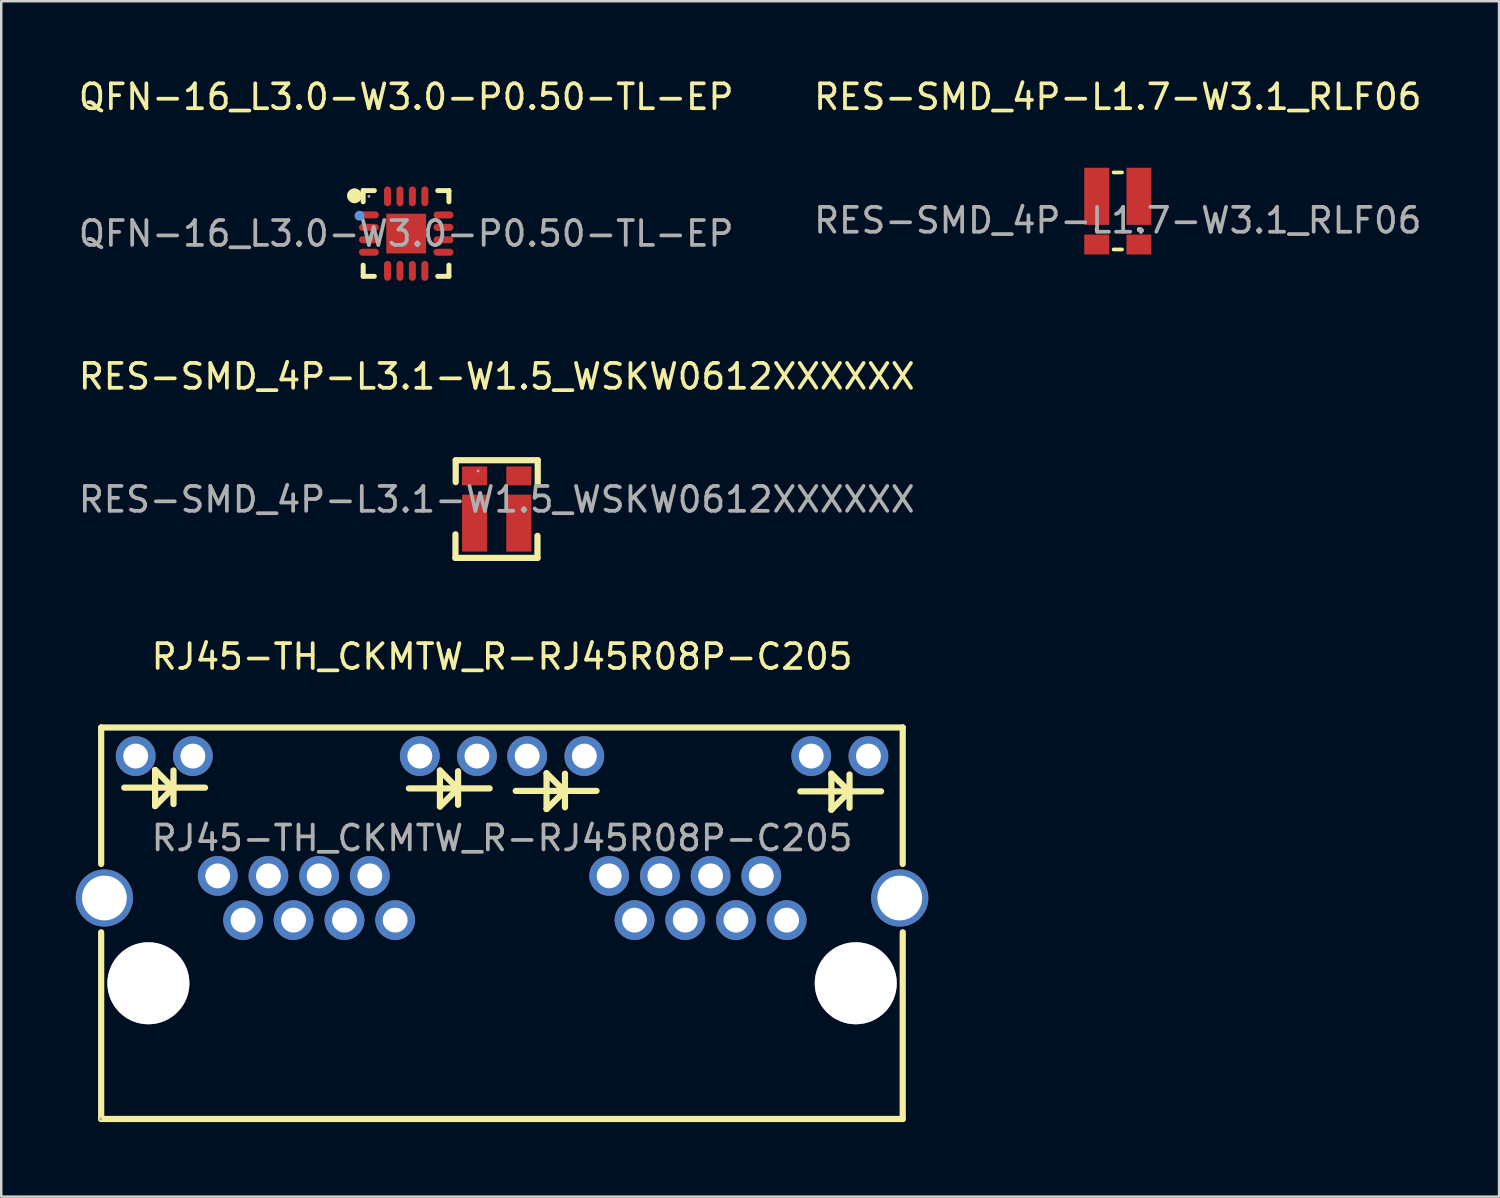
<source format=kicad_pcb>
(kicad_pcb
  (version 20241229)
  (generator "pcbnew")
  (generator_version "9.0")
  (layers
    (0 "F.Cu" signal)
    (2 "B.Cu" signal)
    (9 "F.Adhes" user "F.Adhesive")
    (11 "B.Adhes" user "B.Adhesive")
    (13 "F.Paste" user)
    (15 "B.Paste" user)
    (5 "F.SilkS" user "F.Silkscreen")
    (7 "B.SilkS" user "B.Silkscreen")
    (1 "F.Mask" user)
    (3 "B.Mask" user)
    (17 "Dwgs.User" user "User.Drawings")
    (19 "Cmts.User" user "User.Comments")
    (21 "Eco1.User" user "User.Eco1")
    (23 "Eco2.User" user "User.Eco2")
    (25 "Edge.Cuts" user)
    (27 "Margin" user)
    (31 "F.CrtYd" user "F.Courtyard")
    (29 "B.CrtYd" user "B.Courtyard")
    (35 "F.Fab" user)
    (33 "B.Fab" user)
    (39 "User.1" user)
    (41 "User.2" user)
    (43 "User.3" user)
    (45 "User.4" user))
  (footprint "RES-SMD_4P-L1.7-W3.1_RLF06"
    (layer "F.Cu")
    (at 41.923 5.818)
    (property "Reference" "RES-SMD_4P-L1.7-W3.1_RLF06" (at 0 -4.97 0) (layer "F.SilkS") (effects (font (size 1 1) (thickness 0.15))))
    (attr through_hole)
    (fp_line (start -0.85 0.35) (end -0.85 0.39) (stroke (width 0.15) (type solid)) (layer "F.SilkS"))
    (fp_line (start -0.17 -1.93) (end 0.17 -1.93) (stroke (width 0.15) (type solid)) (layer "F.SilkS"))
    (fp_line (start -0.17 1.17) (end 0.17 1.17) (stroke (width 0.15) (type solid)) (layer "F.SilkS"))
    (fp_line (start 0.85 0.35) (end 0.85 0.39) (stroke (width 0.15) (type solid)) (layer "F.SilkS"))
    (fp_text user "${REFERENCE}" (at 0 0 0) (layer "F.Fab") (effects (font (size 1 1) (thickness 0.15))))
    (pad "1" smd rect (at -0.85 0.97) (size 1 0.8) (layers "F.Cu" "F.Mask" "F.Paste"))
    (pad "2" smd rect (at -0.85 -0.97) (size 1 2.3) (layers "F.Cu" "F.Mask" "F.Paste"))
    (pad "3" smd rect (at 0.85 -0.97) (size 1 2.3) (layers "F.Cu" "F.Mask" "F.Paste"))
    (pad "4" smd rect (at 0.85 0.97) (size 1 0.8) (layers "F.Cu" "F.Mask" "F.Paste")))
  (footprint "QFN-16_L3.0-W3.0-P0.50-TL-EP"
    (layer "F.Cu")
    (at 13.292 6.348)
    (property "Reference" "QFN-16_L3.0-W3.0-P0.50-TL-EP" (at 0 -5.5 0) (layer "F.SilkS") (effects (font (size 1 1) (thickness 0.15))))
    (attr smd)
    (fp_line (start -1.73 -1.73) (end -1.28 -1.73) (stroke (width 0.2) (type solid)) (layer "F.SilkS"))
    (fp_line (start -1.73 -1.28) (end -1.73 -1.73) (stroke (width 0.2) (type solid)) (layer "F.SilkS"))
    (fp_line (start -1.73 1.72) (end -1.73 1.27) (stroke (width 0.2) (type solid)) (layer "F.SilkS"))
    (fp_line (start -1.28 1.72) (end -1.73 1.72) (stroke (width 0.2) (type solid)) (layer "F.SilkS"))
    (fp_line (start 1.27 -1.73) (end 1.72 -1.73) (stroke (width 0.2) (type solid)) (layer "F.SilkS"))
    (fp_line (start 1.27 1.72) (end 1.72 1.72) (stroke (width 0.2) (type solid)) (layer "F.SilkS"))
    (fp_line (start 1.72 -1.73) (end 1.72 -1.28) (stroke (width 0.2) (type solid)) (layer "F.SilkS"))
    (fp_line (start 1.72 1.72) (end 1.72 1.27) (stroke (width 0.2) (type solid)) (layer "F.SilkS"))
    (fp_arc (start -2.08 -1.52) (mid -2.08 -1.52) (end -2.08 -1.52) (stroke (width 0.3) (type solid)) (layer "F.SilkS"))
    (fp_circle (center -1.88 -0.72) (end -1.78 -0.72) (stroke (width 0.2) (type solid)) (fill no) (layer "Cmts.User"))
    (fp_circle (center -1.5 -1.5) (end -1.47 -1.5) (stroke (width 0.06) (type solid)) (fill no) (layer "F.Fab"))
    (fp_text user "${REFERENCE}" (at 0 0 0) (layer "F.Fab") (effects (font (size 1 1) (thickness 0.15))))
    (pad "1" smd oval (at -1.5 -0.75 90) (size 0.28 0.8) (layers "F.Cu" "F.Mask" "F.Paste"))
    (pad "2" smd oval (at -1.5 -0.25 90) (size 0.28 0.8) (layers "F.Cu" "F.Mask" "F.Paste"))
    (pad "3" smd oval (at -1.5 0.25 90) (size 0.28 0.8) (layers "F.Cu" "F.Mask" "F.Paste"))
    (pad "4" smd oval (at -1.5 0.75 90) (size 0.28 0.8) (layers "F.Cu" "F.Mask" "F.Paste"))
    (pad "5" smd oval (at -0.75 1.5) (size 0.28 0.8) (layers "F.Cu" "F.Mask" "F.Paste"))
    (pad "6" smd oval (at -0.25 1.5) (size 0.28 0.8) (layers "F.Cu" "F.Mask" "F.Paste"))
    (pad "7" smd oval (at 0.25 1.5) (size 0.28 0.8) (layers "F.Cu" "F.Mask" "F.Paste"))
    (pad "8" smd oval (at 0.75 1.5) (size 0.28 0.8) (layers "F.Cu" "F.Mask" "F.Paste"))
    (pad "9" smd oval (at 1.5 0.75 90) (size 0.28 0.8) (layers "F.Cu" "F.Mask" "F.Paste"))
    (pad "10" smd oval (at 1.5 0.25 90) (size 0.28 0.8) (layers "F.Cu" "F.Mask" "F.Paste"))
    (pad "11" smd oval (at 1.5 -0.25 90) (size 0.28 0.8) (layers "F.Cu" "F.Mask" "F.Paste"))
    (pad "12" smd oval (at 1.5 -0.75 90) (size 0.28 0.8) (layers "F.Cu" "F.Mask" "F.Paste"))
    (pad "13" smd oval (at 0.75 -1.5) (size 0.28 0.8) (layers "F.Cu" "F.Mask" "F.Paste"))
    (pad "14" smd oval (at 0.25 -1.5) (size 0.28 0.8) (layers "F.Cu" "F.Mask" "F.Paste"))
    (pad "15" smd oval (at -0.25 -1.5) (size 0.28 0.8) (layers "F.Cu" "F.Mask" "F.Paste"))
    (pad "16" smd oval (at -0.75 -1.5) (size 0.28 0.8) (layers "F.Cu" "F.Mask" "F.Paste"))
    (pad "17" smd rect (at 0 0) (size 1.6 1.6) (layers "F.Cu" "F.Mask" "F.Paste")))
  (footprint "RJ45-TH_CKMTW_R-RJ45R08P-C205"
    (layer "F.Cu")
    (at 17.15 30.67)
    (property "Reference" "RJ45-TH_CKMTW_R-RJ45R08P-C205" (at 0 -7.3 0) (layer "F.SilkS") (effects (font (size 1 1) (thickness 0.15))))
    (attr through_hole)
    (fp_line (start -16.13 -4.45) (end -16.13 1.04) (stroke (width 0.25) (type solid)) (layer "F.SilkS"))
    (fp_line (start -16.13 3.79) (end -16.13 11.3) (stroke (width 0.25) (type solid)) (layer "F.SilkS"))
    (fp_line (start -16.13 11.3) (end 16.12 11.3) (stroke (width 0.25) (type solid)) (layer "F.SilkS"))
    (fp_line (start -15.2 -2.03) (end -11.95 -2.03) (stroke (width 0.25) (type solid)) (layer "F.SilkS"))
    (fp_line (start -13.96 -2.74) (end -13.96 -1.29) (stroke (width 0.25) (type solid)) (layer "F.SilkS"))
    (fp_line (start -13.96 -1.29) (end -13.27 -1.98) (stroke (width 0.25) (type solid)) (layer "F.SilkS"))
    (fp_line (start -13.27 -1.98) (end -13.25 -1.98) (stroke (width 0.25) (type solid)) (layer "F.SilkS"))
    (fp_line (start -13.25 -2.03) (end -13.96 -2.74) (stroke (width 0.25) (type solid)) (layer "F.SilkS"))
    (fp_line (start -13.22 -2.72) (end -13.22 -1.37) (stroke (width 0.25) (type solid)) (layer "F.SilkS"))
    (fp_line (start -3.75 -2) (end -0.5 -2) (stroke (width 0.25) (type solid)) (layer "F.SilkS"))
    (fp_line (start -2.5 -2.72) (end -2.5 -1.27) (stroke (width 0.25) (type solid)) (layer "F.SilkS"))
    (fp_line (start -2.5 -1.27) (end -1.82 -1.95) (stroke (width 0.25) (type solid)) (layer "F.SilkS"))
    (fp_line (start -1.82 -1.95) (end -1.79 -1.95) (stroke (width 0.25) (type solid)) (layer "F.SilkS"))
    (fp_line (start -1.79 -2) (end -2.5 -2.72) (stroke (width 0.25) (type solid)) (layer "F.SilkS"))
    (fp_line (start -1.77 -2.69) (end -1.77 -1.34) (stroke (width 0.25) (type solid)) (layer "F.SilkS"))
    (fp_line (start 0.55 -1.9) (end 3.8 -1.9) (stroke (width 0.25) (type solid)) (layer "F.SilkS"))
    (fp_line (start 1.79 -2.61) (end 1.79 -1.17) (stroke (width 0.25) (type solid)) (layer "F.SilkS"))
    (fp_line (start 1.79 -1.17) (end 2.48 -1.85) (stroke (width 0.25) (type solid)) (layer "F.SilkS"))
    (fp_line (start 2.48 -1.85) (end 2.5 -1.85) (stroke (width 0.25) (type solid)) (layer "F.SilkS"))
    (fp_line (start 2.5 -1.9) (end 1.79 -2.61) (stroke (width 0.25) (type solid)) (layer "F.SilkS"))
    (fp_line (start 2.53 -2.59) (end 2.53 -1.24) (stroke (width 0.25) (type solid)) (layer "F.SilkS"))
    (fp_line (start 12 -1.88) (end 15.25 -1.88) (stroke (width 0.25) (type solid)) (layer "F.SilkS"))
    (fp_line (start 13.25 -2.59) (end 13.25 -1.14) (stroke (width 0.25) (type solid)) (layer "F.SilkS"))
    (fp_line (start 13.25 -1.14) (end 13.93 -1.83) (stroke (width 0.25) (type solid)) (layer "F.SilkS"))
    (fp_line (start 13.93 -1.83) (end 13.96 -1.83) (stroke (width 0.25) (type solid)) (layer "F.SilkS"))
    (fp_line (start 13.96 -1.88) (end 13.25 -2.59) (stroke (width 0.25) (type solid)) (layer "F.SilkS"))
    (fp_line (start 13.98 -2.56) (end 13.98 -1.22) (stroke (width 0.25) (type solid)) (layer "F.SilkS"))
    (fp_line (start 16.12 -4.45) (end -16.13 -4.45) (stroke (width 0.25) (type solid)) (layer "F.SilkS"))
    (fp_line (start 16.12 1.04) (end 16.12 -4.45) (stroke (width 0.25) (type solid)) (layer "F.SilkS"))
    (fp_line (start 16.12 11.3) (end 16.12 3.79) (stroke (width 0.25) (type solid)) (layer "F.SilkS"))
    (fp_circle (center -14.23 5.84) (end -13.48 5.84) (stroke (width 1.5) (type solid)) (fill no) (layer "Cmts.User"))
    (fp_circle (center 14.23 5.84) (end 14.98 5.84) (stroke (width 1.5) (type solid)) (fill no) (layer "Cmts.User"))
    (fp_circle (center -16.15 11.3) (end -16.12 11.3) (stroke (width 0.06) (type solid)) (fill no) (layer "F.Fab"))
    (fp_text user "${REFERENCE}" (at 0 0 0) (layer "F.Fab") (effects (font (size 1 1) (thickness 0.15))))
    (pad "" thru_hole circle (at -14.23 5.84) (size 3.3 3.3) (drill 3.3) (layers "*.Cu" "*.Mask"))
    (pad "" thru_hole circle (at 14.23 5.84) (size 3.3 3.3) (drill 3.3) (layers "*.Cu" "*.Mask"))
    (pad "1" thru_hole circle (at -4.3 3.3) (size 1.6 1.6) (drill 1) (layers "*.Cu" "*.Mask"))
    (pad "2" thru_hole circle (at -5.32 1.52) (size 1.6 1.6) (drill 1) (layers "*.Cu" "*.Mask"))
    (pad "3" thru_hole circle (at -6.34 3.3) (size 1.6 1.6) (drill 1) (layers "*.Cu" "*.Mask"))
    (pad "4" thru_hole circle (at -7.36 1.52) (size 1.6 1.6) (drill 1) (layers "*.Cu" "*.Mask"))
    (pad "5" thru_hole circle (at -8.39 3.3) (size 1.6 1.6) (drill 1) (layers "*.Cu" "*.Mask"))
    (pad "6" thru_hole circle (at -9.4 1.52) (size 1.6 1.6) (drill 1) (layers "*.Cu" "*.Mask"))
    (pad "7" thru_hole circle (at -10.42 3.3) (size 1.6 1.6) (drill 1) (layers "*.Cu" "*.Mask"))
    (pad "8" thru_hole circle (at -11.44 1.52) (size 1.6 1.6) (drill 1) (layers "*.Cu" "*.Mask"))
    (pad "9" thru_hole circle (at 11.45 3.3) (size 1.6 1.6) (drill 1) (layers "*.Cu" "*.Mask"))
    (pad "10" thru_hole circle (at 10.43 1.52) (size 1.6 1.6) (drill 1) (layers "*.Cu" "*.Mask"))
    (pad "11" thru_hole circle (at 9.41 3.3) (size 1.6 1.6) (drill 1) (layers "*.Cu" "*.Mask"))
    (pad "12" thru_hole circle (at 8.39 1.52) (size 1.6 1.6) (drill 1) (layers "*.Cu" "*.Mask"))
    (pad "13" thru_hole circle (at 7.37 3.3) (size 1.6 1.6) (drill 1) (layers "*.Cu" "*.Mask"))
    (pad "14" thru_hole circle (at 6.35 1.52) (size 1.6 1.6) (drill 1) (layers "*.Cu" "*.Mask"))
    (pad "15" thru_hole circle (at 5.33 3.3) (size 1.6 1.6) (drill 1) (layers "*.Cu" "*.Mask"))
    (pad "16" thru_hole circle (at 4.31 1.52) (size 1.6 1.6) (drill 1) (layers "*.Cu" "*.Mask"))
    (pad "17" thru_hole circle (at 14.74 -3.3) (size 1.6 1.6) (drill 1) (layers "*.Cu" "*.Mask"))
    (pad "18" thru_hole circle (at 12.44 -3.3) (size 1.6 1.6) (drill 1) (layers "*.Cu" "*.Mask"))
    (pad "19" thru_hole circle (at 3.31 -3.3) (size 1.6 1.6) (drill 1) (layers "*.Cu" "*.Mask"))
    (pad "20" thru_hole circle (at 1.01 -3.3) (size 1.6 1.6) (drill 1) (layers "*.Cu" "*.Mask"))
    (pad "21" thru_hole circle (at -1.01 -3.3) (size 1.6 1.6) (drill 1) (layers "*.Cu" "*.Mask"))
    (pad "22" thru_hole circle (at -3.31 -3.3) (size 1.6 1.6) (drill 1) (layers "*.Cu" "*.Mask"))
    (pad "23" thru_hole circle (at -12.44 -3.3) (size 1.6 1.6) (drill 1) (layers "*.Cu" "*.Mask"))
    (pad "24" thru_hole circle (at -14.74 -3.3) (size 1.6 1.6) (drill 1) (layers "*.Cu" "*.Mask"))
    (pad "25" thru_hole circle (at -16 2.41 180) (size 2.3 2.3) (drill 1.8) (layers "*.Cu" "*.Mask"))
    (pad "26" thru_hole circle (at 16 2.41 180) (size 2.3 2.3) (drill 1.8) (layers "*.Cu" "*.Mask")))
  (footprint "RES-SMD_4P-L3.1-W1.5_WSKW0612XXXXXX"
    (layer "F.Cu")
    (at 16.935 17.047)
    (property "Reference" "RES-SMD_4P-L3.1-W1.5_WSKW0612XXXXXX" (at 0 -4.95 0) (layer "F.SilkS") (effects (font (size 1 1) (thickness 0.15))))
    (attr through_hole)
    (fp_line (start -1.66 2.35) (end -1.66 1.4) (stroke (width 0.25) (type solid)) (layer "F.SilkS"))
    (fp_line (start -1.65 -1.58) (end 1.65 -1.58) (stroke (width 0.25) (type solid)) (layer "F.SilkS"))
    (fp_line (start -1.65 -0.7) (end -1.65 -1.58) (stroke (width 0.25) (type solid)) (layer "F.SilkS"))
    (fp_line (start 1.64 1.46) (end 1.64 2.35) (stroke (width 0.25) (type solid)) (layer "F.SilkS"))
    (fp_line (start 1.64 2.35) (end -1.66 2.35) (stroke (width 0.25) (type solid)) (layer "F.SilkS"))
    (fp_line (start 1.65 -1.58) (end 1.65 -0.63) (stroke (width 0.25) (type solid)) (layer "F.SilkS"))
    (fp_circle (center -0.75 -1.15) (end -0.72 -1.15) (stroke (width 0.06) (type solid)) (fill no) (layer "F.Fab"))
    (fp_text user "${REFERENCE}" (at 0 0 0) (layer "F.Fab") (effects (font (size 1 1) (thickness 0.15))))
    (pad "1" smd rect (at -0.89 -0.95) (size 1.01 0.76) (layers "F.Cu" "F.Mask" "F.Paste"))
    (pad "2" smd rect (at 0.89 -0.95) (size 1.01 0.76) (layers "F.Cu" "F.Mask" "F.Paste"))
    (pad "3" smd rect (at -0.89 0.95) (size 1.01 2.29) (layers "F.Cu" "F.Mask" "F.Paste"))
    (pad "4" smd rect (at 0.89 0.95) (size 1.01 2.29) (layers "F.Cu" "F.Mask" "F.Paste")))
  (gr_rect
    (start -3 -3)
    (end 57.262 45.095)
    (stroke (width 0.1) (type default))
    (fill no)
    (layer "Edge.Cuts")))
</source>
